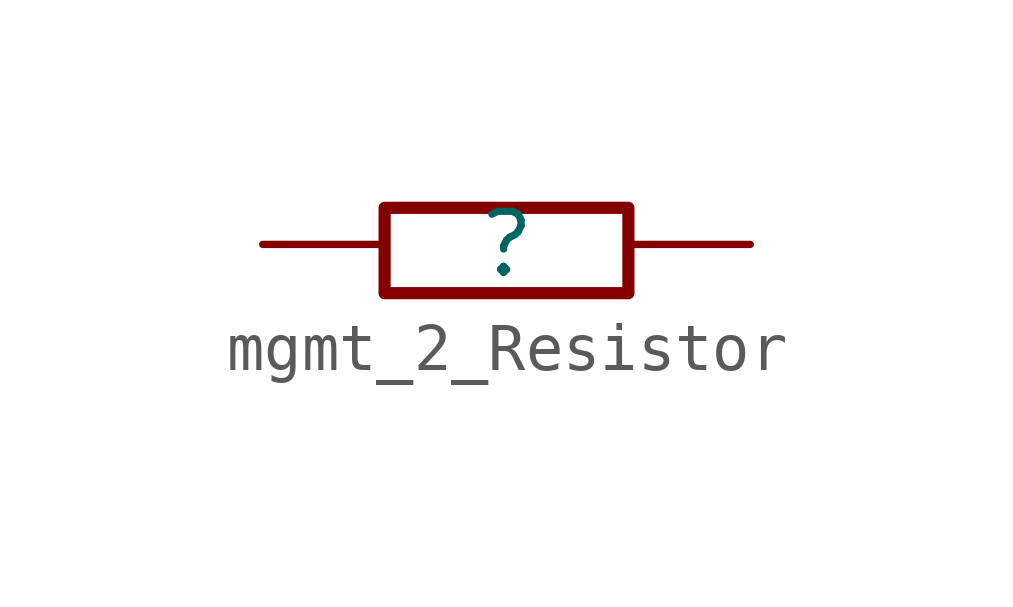
<source format=kicad_sym>
(kicad_symbol_lib
  (version 20231120)
  (generator "kicad_symbol_editor")
  (generator_version "7.99")
  (symbol "mgmt_2_Resistor"
    (property "Reference" ""
      (at 0 0 0)
      (effects (font (size 1.27 1.27))))
    (property "Value" ""
      (at 0 0 0)
      (effects (font (size 1.27 1.27))))
    (symbol "mgmt_2_Resistor_1_0"
      (polyline (pts (xy 2.54 0.762) (xy 2.54 -1.016) (xy -2.54 -1.016) (xy -2.54 0.762) (xy 2.54 0.762)) (stroke (width 0.254) (type solid)) (fill (type none)))
      (pin passive line (at 5.08 0 180) (length 2.54) (name "1" (effects (font (size 0 0)))) (number "1" (effects (font (size 0 0)))))
      (pin passive line (at -5.08 0 0) (length 2.54) (name "2" (effects (font (size 0 0)))) (number "2" (effects (font (size 0 0))))))))
</source>
